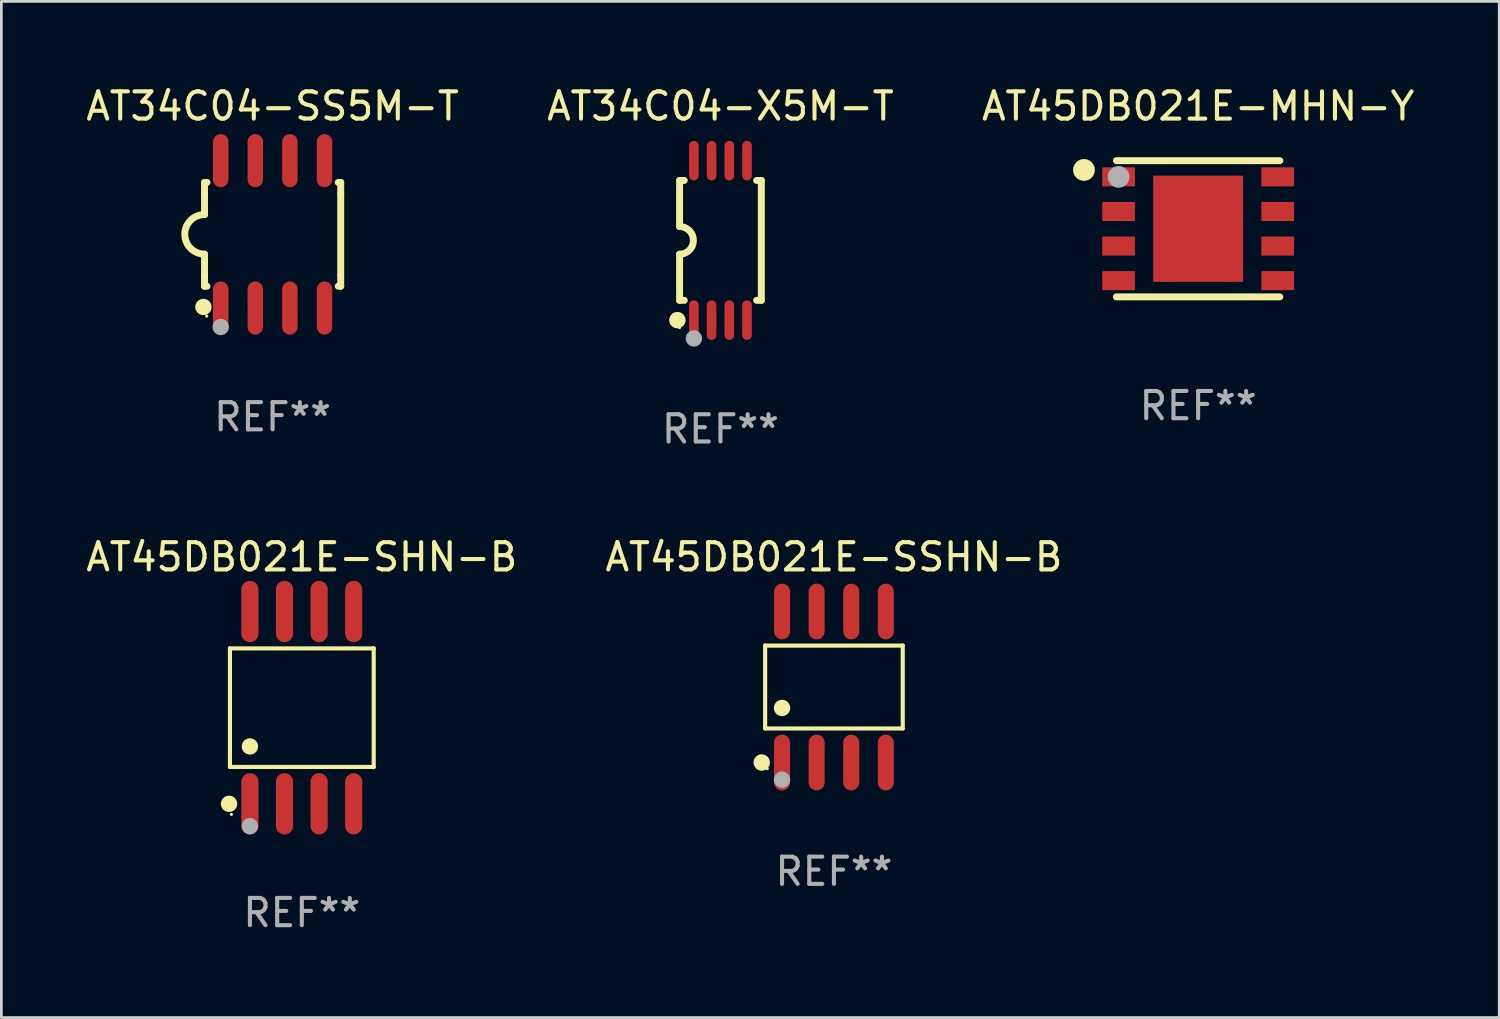
<source format=kicad_pcb>
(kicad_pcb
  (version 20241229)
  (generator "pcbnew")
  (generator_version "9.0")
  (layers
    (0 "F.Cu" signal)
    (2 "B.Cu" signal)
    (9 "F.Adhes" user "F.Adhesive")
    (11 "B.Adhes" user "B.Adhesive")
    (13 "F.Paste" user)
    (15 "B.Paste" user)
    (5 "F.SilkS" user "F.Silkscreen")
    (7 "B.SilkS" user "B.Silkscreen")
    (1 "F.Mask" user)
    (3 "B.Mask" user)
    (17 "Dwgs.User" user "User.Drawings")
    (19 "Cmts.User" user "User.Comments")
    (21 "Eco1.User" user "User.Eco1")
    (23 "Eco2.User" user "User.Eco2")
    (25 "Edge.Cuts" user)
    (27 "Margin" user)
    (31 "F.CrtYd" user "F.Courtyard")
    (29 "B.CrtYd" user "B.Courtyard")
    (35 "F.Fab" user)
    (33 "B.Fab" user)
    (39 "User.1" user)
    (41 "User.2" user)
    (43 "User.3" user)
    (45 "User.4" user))
  (footprint "AT45DB021E-MHN-Y"
    (layer "F.Cu")
    (at 40.935 5.348)
    (property "Reference" "AT45DB021E-MHN-Y" (at 0 -4.5 0) (layer "F.SilkS") (effects (font (size 1 1) (thickness 0.15))))
    (attr through_hole)
    (fp_line (start 3 -2.5) (end -3 -2.5) (stroke (width 0.254) (type solid)) (layer "F.SilkS"))
    (fp_line (start 3 2.5) (end -3 2.5) (stroke (width 0.254) (type solid)) (layer "F.SilkS"))
    (fp_circle (center -4.191 -2.159) (end -3.991 -2.159) (stroke (width 0.4) (type solid)) (fill no) (layer "F.SilkS"))
    (fp_circle (center -3 -2.5) (end -2.97 -2.5) (stroke (width 0.06) (type solid)) (fill no) (layer "F.SilkS"))
    (fp_circle (center -2.92 -1.905) (end -2.72 -1.905) (stroke (width 0.4) (type solid)) (fill no) (layer "F.Fab"))
    (fp_text user "REF**" (at 0 6.5 0) (layer "F.Fab") (effects (font (size 1 1) (thickness 0.15))))
    (pad "1" smd rect (at -2.92 -1.905) (size 1.2 0.7) (layers "F.Cu" "F.Mask" "F.Paste"))
    (pad "2" smd rect (at -2.92 -0.635) (size 1.2 0.7) (layers "F.Cu" "F.Mask" "F.Paste"))
    (pad "3" smd rect (at -2.92 0.635) (size 1.2 0.7) (layers "F.Cu" "F.Mask" "F.Paste"))
    (pad "4" smd rect (at -2.92 1.905) (size 1.2 0.7) (layers "F.Cu" "F.Mask" "F.Paste"))
    (pad "5" smd rect (at 2.92 1.905) (size 1.2 0.7) (layers "F.Cu" "F.Mask" "F.Paste"))
    (pad "6" smd rect (at 2.92 0.635) (size 1.2 0.7) (layers "F.Cu" "F.Mask" "F.Paste"))
    (pad "7" smd rect (at 2.92 -0.635) (size 1.2 0.7) (layers "F.Cu" "F.Mask" "F.Paste"))
    (pad "8" smd rect (at 2.92 -1.905) (size 1.2 0.7) (layers "F.Cu" "F.Mask" "F.Paste"))
    (pad "9" smd rect (at 0 0) (size 3.3 3.9) (layers "F.Cu" "F.Mask" "F.Paste")))
  (footprint "AT45DB021E-SHN-B"
    (layer "F.Cu")
    (at 8.03 22.929)
    (property "Reference" "AT45DB021E-SHN-B" (at 0 -5.53 0) (layer "F.SilkS") (effects (font (size 1 1) (thickness 0.15))))
    (attr through_hole)
    (fp_line (start -2.639 -2.176) (end 2.639 -2.176) (stroke (width 0.152) (type solid)) (layer "F.SilkS"))
    (fp_line (start -2.639 2.176) (end -2.639 -2.176) (stroke (width 0.152) (type solid)) (layer "F.SilkS"))
    (fp_line (start 2.639 -2.176) (end 2.639 2.176) (stroke (width 0.152) (type solid)) (layer "F.SilkS"))
    (fp_line (start 2.639 2.176) (end -2.639 2.176) (stroke (width 0.152) (type solid)) (layer "F.SilkS"))
    (fp_circle (center -2.672 3.53) (end -2.522 3.53) (stroke (width 0.3) (type solid)) (fill no) (layer "F.SilkS"))
    (fp_circle (center -2.585 3.92) (end -2.555 3.92) (stroke (width 0.06) (type solid)) (fill no) (layer "F.SilkS"))
    (fp_circle (center -1.905 1.424) (end -1.755 1.424) (stroke (width 0.3) (type solid)) (fill no) (layer "F.SilkS"))
    (fp_circle (center -1.905 4.35) (end -1.755 4.35) (stroke (width 0.3) (type solid)) (fill no) (layer "F.Fab"))
    (fp_text user "REF**" (at 0 7.53 0) (layer "F.Fab") (effects (font (size 1 1) (thickness 0.15))))
    (pad "1" smd oval (at -1.905 3.53) (size 0.63 2.25) (layers "F.Cu" "F.Mask" "F.Paste"))
    (pad "2" smd oval (at -0.635 3.53) (size 0.63 2.25) (layers "F.Cu" "F.Mask" "F.Paste"))
    (pad "3" smd oval (at 0.635 3.53) (size 0.63 2.25) (layers "F.Cu" "F.Mask" "F.Paste"))
    (pad "4" smd oval (at 1.905 3.53) (size 0.63 2.25) (layers "F.Cu" "F.Mask" "F.Paste"))
    (pad "5" smd oval (at 1.905 -3.53) (size 0.63 2.25) (layers "F.Cu" "F.Mask" "F.Paste"))
    (pad "6" smd oval (at 0.635 -3.53) (size 0.63 2.25) (layers "F.Cu" "F.Mask" "F.Paste"))
    (pad "7" smd oval (at -0.635 -3.53) (size 0.63 2.25) (layers "F.Cu" "F.Mask" "F.Paste"))
    (pad "8" smd oval (at -1.905 -3.53) (size 0.63 2.25) (layers "F.Cu" "F.Mask" "F.Paste")))
  (footprint "AT34C04-X5M-T"
    (layer "F.Cu")
    (at 23.399 5.775)
    (property "Reference" "AT34C04-X5M-T" (at 0 -4.927 0) (layer "F.SilkS") (effects (font (size 1 1) (thickness 0.15))))
    (attr through_hole)
    (fp_line (start -1.5 -2.2) (end -1.5 -0.508) (stroke (width 0.254) (type solid)) (layer "F.SilkS"))
    (fp_line (start -1.5 -2.2) (end -1.328 -2.2) (stroke (width 0.254) (type solid)) (layer "F.SilkS"))
    (fp_line (start -1.5 2.2) (end -1.5 0.508) (stroke (width 0.254) (type solid)) (layer "F.SilkS"))
    (fp_line (start -1.5 2.2) (end -1.328 2.2) (stroke (width 0.254) (type solid)) (layer "F.SilkS"))
    (fp_line (start 1.328 -2.2) (end 1.5 -2.2) (stroke (width 0.254) (type solid)) (layer "F.SilkS"))
    (fp_line (start 1.328 2.2) (end 1.5 2.2) (stroke (width 0.254) (type solid)) (layer "F.SilkS"))
    (fp_line (start 1.5 -2.2) (end 1.5 2.2) (stroke (width 0.254) (type solid)) (layer "F.SilkS"))
    (fp_arc (start -1.501144 -0.508) (mid -0.993143 -0.000571) (end -1.5 0.508001) (stroke (width 0.254001) (type solid)) (layer "F.SilkS"))
    (fp_circle (center -1.581 2.927) (end -1.431 2.927) (stroke (width 0.3) (type solid)) (fill no) (layer "F.SilkS"))
    (fp_circle (center -1.5 3.2) (end -1.47 3.2) (stroke (width 0.06) (type solid)) (fill no) (layer "F.SilkS"))
    (fp_circle (center -0.975 3.6) (end -0.825 3.6) (stroke (width 0.3) (type solid)) (fill no) (layer "F.Fab"))
    (fp_text user "REF**" (at 0 6.927 0) (layer "F.Fab") (effects (font (size 1 1) (thickness 0.15))))
    (pad "1" smd oval (at -0.975 2.927) (size 0.353 1.454) (layers "F.Cu" "F.Mask" "F.Paste"))
    (pad "2" smd oval (at -0.325 2.927) (size 0.353 1.454) (layers "F.Cu" "F.Mask" "F.Paste"))
    (pad "3" smd oval (at 0.325 2.927) (size 0.353 1.454) (layers "F.Cu" "F.Mask" "F.Paste"))
    (pad "4" smd oval (at 0.975 2.927) (size 0.353 1.454) (layers "F.Cu" "F.Mask" "F.Paste"))
    (pad "5" smd oval (at 0.975 -2.927) (size 0.353 1.454) (layers "F.Cu" "F.Mask" "F.Paste"))
    (pad "6" smd oval (at 0.325 -2.927) (size 0.353 1.454) (layers "F.Cu" "F.Mask" "F.Paste"))
    (pad "7" smd oval (at -0.325 -2.927) (size 0.353 1.454) (layers "F.Cu" "F.Mask" "F.Paste"))
    (pad "8" smd oval (at -0.975 -2.927) (size 0.353 1.454) (layers "F.Cu" "F.Mask" "F.Paste")))
  (footprint "AT45DB021E-SSHN-B"
    (layer "F.Cu")
    (at 27.565 22.171)
    (property "Reference" "AT45DB021E-SSHN-B" (at 0 -4.772 0) (layer "F.SilkS") (effects (font (size 1 1) (thickness 0.15))))
    (attr through_hole)
    (fp_line (start -2.526 -1.521) (end 2.526 -1.521) (stroke (width 0.152) (type solid)) (layer "F.SilkS"))
    (fp_line (start -2.526 1.521) (end -2.526 -1.521) (stroke (width 0.152) (type solid)) (layer "F.SilkS"))
    (fp_line (start 2.526 -1.521) (end 2.526 1.521) (stroke (width 0.152) (type solid)) (layer "F.SilkS"))
    (fp_line (start 2.526 1.521) (end -2.526 1.521) (stroke (width 0.152) (type solid)) (layer "F.SilkS"))
    (fp_circle (center -2.652 2.772) (end -2.501 2.772) (stroke (width 0.3) (type solid)) (fill no) (layer "F.SilkS"))
    (fp_circle (center -2.45 3) (end -2.42 3) (stroke (width 0.06) (type solid)) (fill no) (layer "F.SilkS"))
    (fp_circle (center -1.905 0.769) (end -1.755 0.769) (stroke (width 0.3) (type solid)) (fill no) (layer "F.SilkS"))
    (fp_circle (center -1.905 3.4) (end -1.755 3.4) (stroke (width 0.3) (type solid)) (fill no) (layer "F.Fab"))
    (fp_text user "REF**" (at 0 6.772 0) (layer "F.Fab") (effects (font (size 1 1) (thickness 0.15))))
    (pad "1" smd oval (at -1.905 2.772) (size 0.588 2.045) (layers "F.Cu" "F.Mask" "F.Paste"))
    (pad "2" smd oval (at -0.635 2.772) (size 0.588 2.045) (layers "F.Cu" "F.Mask" "F.Paste"))
    (pad "3" smd oval (at 0.635 2.772) (size 0.588 2.045) (layers "F.Cu" "F.Mask" "F.Paste"))
    (pad "4" smd oval (at 1.905 2.772) (size 0.588 2.045) (layers "F.Cu" "F.Mask" "F.Paste"))
    (pad "5" smd oval (at 1.905 -2.772) (size 0.588 2.045) (layers "F.Cu" "F.Mask" "F.Paste"))
    (pad "6" smd oval (at 0.635 -2.772) (size 0.588 2.045) (layers "F.Cu" "F.Mask" "F.Paste"))
    (pad "7" smd oval (at -0.635 -2.772) (size 0.588 2.045) (layers "F.Cu" "F.Mask" "F.Paste"))
    (pad "8" smd oval (at -1.905 -2.772) (size 0.588 2.045) (layers "F.Cu" "F.Mask" "F.Paste")))
  (footprint "AT34C04-SS5M-T"
    (layer "F.Cu")
    (at 6.958 5.553)
    (property "Reference" "AT34C04-SS5M-T" (at 0 -4.705 0) (layer "F.SilkS") (effects (font (size 1 1) (thickness 0.15))))
    (attr through_hole)
    (fp_line (start -2.5 -1.905) (end -2.409 -1.905) (stroke (width 0.254) (type solid)) (layer "F.SilkS"))
    (fp_line (start -2.5 -1.5) (end -2.5 -1.905) (stroke (width 0.254) (type solid)) (layer "F.SilkS"))
    (fp_line (start -2.5 -1.5) (end -2.5 -0.726) (stroke (width 0.254) (type solid)) (layer "F.SilkS"))
    (fp_line (start -2.5 1.5) (end -2.5 0.727) (stroke (width 0.254) (type solid)) (layer "F.SilkS"))
    (fp_line (start -2.5 1.5) (end -2.5 1.905) (stroke (width 0.254) (type solid)) (layer "F.SilkS"))
    (fp_line (start -2.5 1.905) (end -2.409 1.905) (stroke (width 0.254) (type solid)) (layer "F.SilkS"))
    (fp_line (start 2.5 -1.905) (end 2.409 -1.905) (stroke (width 0.254) (type solid)) (layer "F.SilkS"))
    (fp_line (start 2.5 -1.5) (end 2.5 -1.905) (stroke (width 0.254) (type solid)) (layer "F.SilkS"))
    (fp_line (start 2.5 -1.5) (end 2.5 1.5) (stroke (width 0.254) (type solid)) (layer "F.SilkS"))
    (fp_line (start 2.5 1.5) (end 2.5 1.905) (stroke (width 0.254) (type solid)) (layer "F.SilkS"))
    (fp_line (start 2.5 1.905) (end 2.409 1.905) (stroke (width 0.254) (type solid)) (layer "F.SilkS"))
    (fp_arc (start -2.5 0.726568) (mid -3.220316 -0.0023) (end -2.495097 -0.726289) (stroke (width 0.254001) (type solid)) (layer "F.SilkS"))
    (fp_circle (center -2.54 2.667) (end -2.39 2.667) (stroke (width 0.3) (type solid)) (fill no) (layer "F.SilkS"))
    (fp_circle (center -2.42 3) (end -2.39 3) (stroke (width 0.06) (type solid)) (fill no) (layer "F.SilkS"))
    (fp_circle (center -1.905 3.4) (end -1.755 3.4) (stroke (width 0.3) (type solid)) (fill no) (layer "F.Fab"))
    (fp_text user "REF**" (at 0 6.705 0) (layer "F.Fab") (effects (font (size 1 1) (thickness 0.15))))
    (pad "1" smd oval (at -1.905 2.705) (size 0.568 1.95) (layers "F.Cu" "F.Mask" "F.Paste"))
    (pad "2" smd oval (at -0.635 2.705) (size 0.568 1.95) (layers "F.Cu" "F.Mask" "F.Paste"))
    (pad "3" smd oval (at 0.635 2.705) (size 0.568 1.95) (layers "F.Cu" "F.Mask" "F.Paste"))
    (pad "4" smd oval (at 1.905 2.705) (size 0.568 1.95) (layers "F.Cu" "F.Mask" "F.Paste"))
    (pad "5" smd oval (at 1.905 -2.705) (size 0.568 1.95) (layers "F.Cu" "F.Mask" "F.Paste"))
    (pad "6" smd oval (at 0.635 -2.705) (size 0.568 1.95) (layers "F.Cu" "F.Mask" "F.Paste"))
    (pad "7" smd oval (at -0.635 -2.705) (size 0.568 1.95) (layers "F.Cu" "F.Mask" "F.Paste"))
    (pad "8" smd oval (at -1.905 -2.705) (size 0.568 1.95) (layers "F.Cu" "F.Mask" "F.Paste")))
  (gr_rect
    (start -3 -3)
    (end 51.988 34.307)
    (stroke (width 0.1) (type default))
    (fill no)
    (layer "Edge.Cuts")))
</source>
